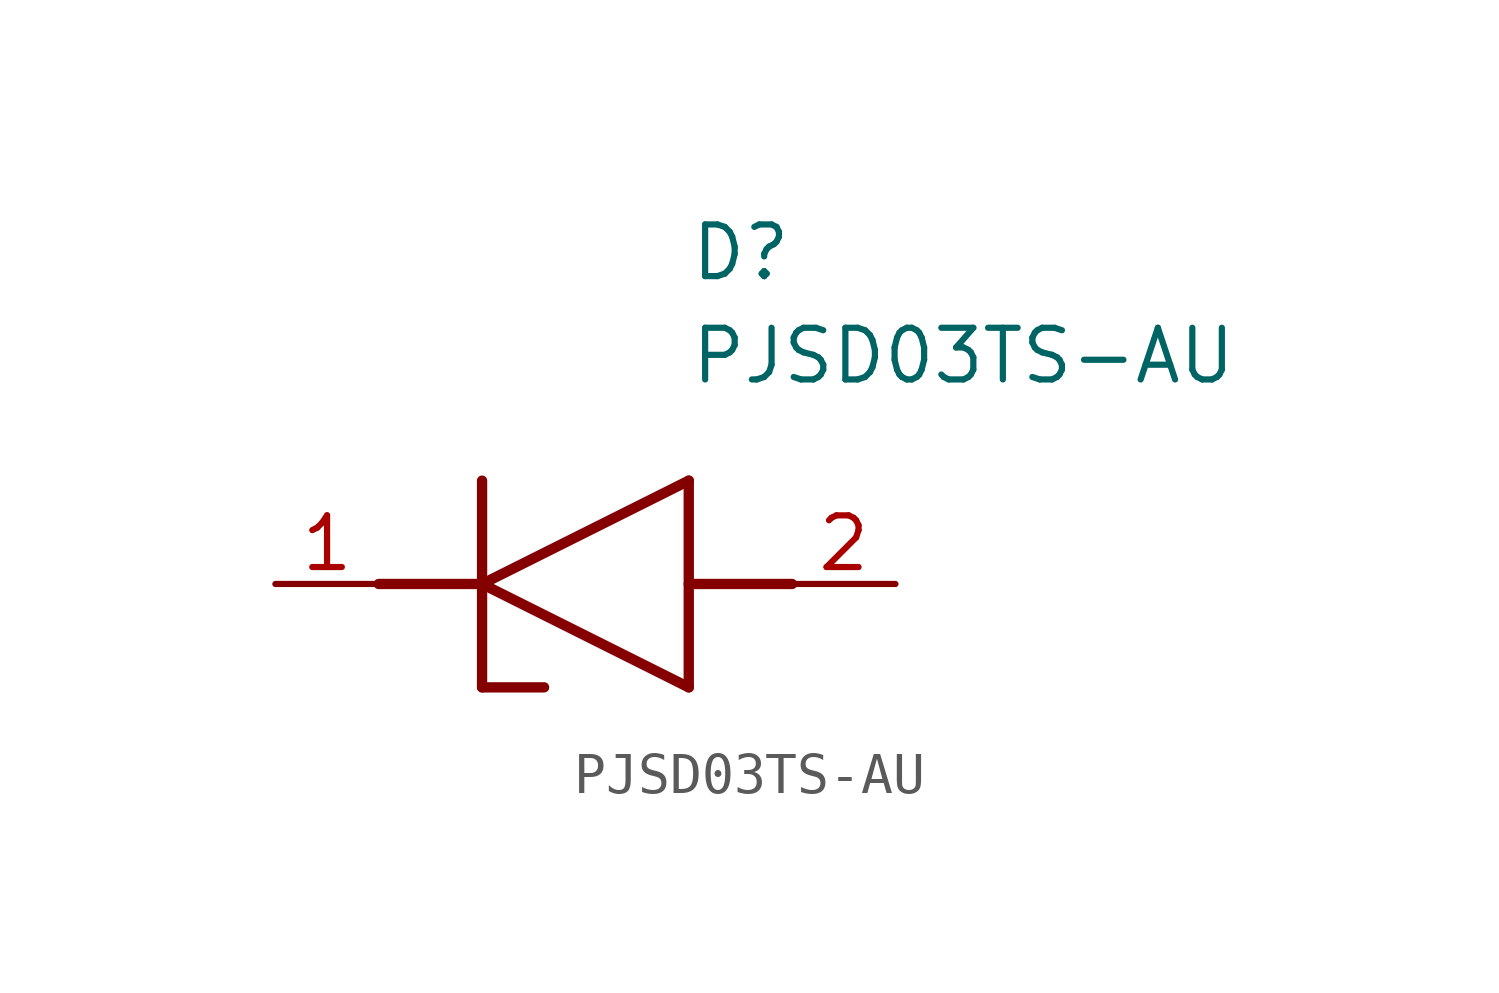
<source format=kicad_sym>
(kicad_symbol_lib
  (version 20211014)
  (generator SamacSys_ECAD_Model)
  (symbol "PJSD03TS-AU"
    (pin_names hide)
    (property "Reference" "D"
      (at 10.16 8.89 0)
      (effects (font (size 1.27 1.27)) (justify left top)))
    (property "Value" "PJSD03TS-AU"
      (at 10.16 6.35 0)
      (effects (font (size 1.27 1.27)) (justify left top)))
    (polyline
      (pts (xy 5.08 0) (xy 10.16 2.54))
      (stroke (width 0.254) (type default))
      (fill (type none)))
    (polyline
      (pts (xy 10.16 -2.54) (xy 10.16 2.54))
      (stroke (width 0.254) (type default))
      (fill (type none)))
    (polyline
      (pts (xy 10.16 -2.54) (xy 5.08 0))
      (stroke (width 0.254) (type default))
      (fill (type none)))
    (polyline
      (pts (xy 5.08 2.54) (xy 5.08 -2.54))
      (stroke (width 0.254) (type default))
      (fill (type none)))
    (polyline
      (pts (xy 2.54 0) (xy 5.08 0))
      (stroke (width 0.254) (type default))
      (fill (type none)))
    (polyline
      (pts (xy 12.7 0) (xy 10.16 0))
      (stroke (width 0.254) (type default))
      (fill (type none)))
    (polyline
      (pts (xy 5.08 -2.54) (xy 6.604 -2.54))
      (stroke (width 0.254) (type default))
      (fill (type none)))
    (pin passive line
      (at 0 0 0)
      (length 2.54)
      (name "K" (effects (font (size 1.27 1.27))))
      (number "1" (effects (font (size 1.27 1.27)))))
    (pin passive line
      (at 15.24 0 180)
      (length 2.54)
      (name "A" (effects (font (size 1.27 1.27))))
      (number "2" (effects (font (size 1.27 1.27)))))))
</source>
